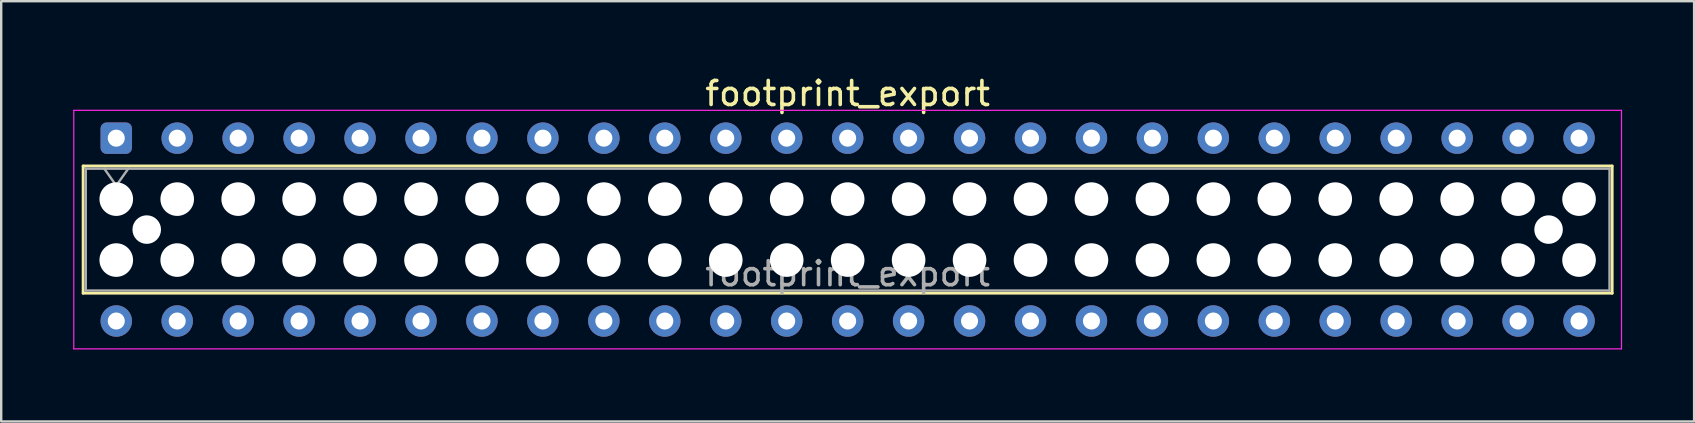
<source format=kicad_pcb>
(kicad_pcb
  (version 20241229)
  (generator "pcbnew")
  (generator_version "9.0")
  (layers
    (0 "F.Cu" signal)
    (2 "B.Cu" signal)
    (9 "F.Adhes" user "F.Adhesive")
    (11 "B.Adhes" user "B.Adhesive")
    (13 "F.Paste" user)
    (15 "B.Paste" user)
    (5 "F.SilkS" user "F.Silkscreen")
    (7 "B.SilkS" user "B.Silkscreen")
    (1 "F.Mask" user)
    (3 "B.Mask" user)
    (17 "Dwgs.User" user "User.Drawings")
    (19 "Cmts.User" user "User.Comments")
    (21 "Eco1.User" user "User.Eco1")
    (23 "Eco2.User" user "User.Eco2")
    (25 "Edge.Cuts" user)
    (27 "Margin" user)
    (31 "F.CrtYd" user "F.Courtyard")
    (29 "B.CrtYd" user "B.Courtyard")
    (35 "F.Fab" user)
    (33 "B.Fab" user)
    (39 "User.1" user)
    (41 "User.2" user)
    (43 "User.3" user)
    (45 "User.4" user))
  (footprint "footprint_export"
    (layer "F.Cu")
    (at 1.795 2.708)
    (property "Reference" "footprint_export" (at 30.48 -1.86 0) (layer "F.SilkS") (effects (font (size 1 1) (thickness 0.15))))
    (attr through_hole)
    (fp_line (start -1.38 1.16) (end 62.34 1.16) (stroke (width 0.12) (type solid)) (layer "F.SilkS"))
    (fp_line (start -1.38 6.46) (end -1.38 1.16) (stroke (width 0.12) (type solid)) (layer "F.SilkS"))
    (fp_line (start 62.34 1.16) (end 62.34 6.46) (stroke (width 0.12) (type solid)) (layer "F.SilkS"))
    (fp_line (start 62.34 6.46) (end -1.38 6.46) (stroke (width 0.12) (type solid)) (layer "F.SilkS"))
    (fp_line (start -1.77 -1.16) (end 62.73 -1.16) (stroke (width 0.05) (type solid)) (layer "F.CrtYd"))
    (fp_line (start -1.77 8.78) (end -1.77 -1.16) (stroke (width 0.05) (type solid)) (layer "F.CrtYd"))
    (fp_line (start 62.73 -1.16) (end 62.73 8.78) (stroke (width 0.05) (type solid)) (layer "F.CrtYd"))
    (fp_line (start 62.73 8.78) (end -1.77 8.78) (stroke (width 0.05) (type solid)) (layer "F.CrtYd"))
    (fp_line (start -1.27 1.27) (end 62.23 1.27) (stroke (width 0.1) (type solid)) (layer "F.Fab"))
    (fp_line (start -1.27 6.35) (end -1.27 1.27) (stroke (width 0.1) (type solid)) (layer "F.Fab"))
    (fp_line (start -0.5 1.27) (end 0 1.977) (stroke (width 0.1) (type solid)) (layer "F.Fab"))
    (fp_line (start 0 1.977) (end 0.5 1.27) (stroke (width 0.1) (type solid)) (layer "F.Fab"))
    (fp_line (start 62.23 1.27) (end 62.23 6.35) (stroke (width 0.1) (type solid)) (layer "F.Fab"))
    (fp_line (start 62.23 6.35) (end -1.27 6.35) (stroke (width 0.1) (type solid)) (layer "F.Fab"))
    (fp_text user "${REFERENCE}" (at 30.48 5.65 0) (layer "F.Fab") (effects (font (size 1 1) (thickness 0.15))))
    (pad "" np_thru_hole circle (at 0 2.54) (size 1.4 1.4) (drill 1.4) (layers "*.Cu" "*.Mask"))
    (pad "" np_thru_hole circle (at 0 5.08) (size 1.4 1.4) (drill 1.4) (layers "*.Cu" "*.Mask"))
    (pad "" np_thru_hole circle (at 1.27 3.81) (size 1.19 1.19) (drill 1.19) (layers "*.Cu" "*.Mask"))
    (pad "" np_thru_hole circle (at 2.54 2.54) (size 1.4 1.4) (drill 1.4) (layers "*.Cu" "*.Mask"))
    (pad "" np_thru_hole circle (at 2.54 5.08) (size 1.4 1.4) (drill 1.4) (layers "*.Cu" "*.Mask"))
    (pad "" np_thru_hole circle (at 5.08 2.54) (size 1.4 1.4) (drill 1.4) (layers "*.Cu" "*.Mask"))
    (pad "" np_thru_hole circle (at 5.08 5.08) (size 1.4 1.4) (drill 1.4) (layers "*.Cu" "*.Mask"))
    (pad "" np_thru_hole circle (at 7.62 2.54) (size 1.4 1.4) (drill 1.4) (layers "*.Cu" "*.Mask"))
    (pad "" np_thru_hole circle (at 7.62 5.08) (size 1.4 1.4) (drill 1.4) (layers "*.Cu" "*.Mask"))
    (pad "" np_thru_hole circle (at 10.16 2.54) (size 1.4 1.4) (drill 1.4) (layers "*.Cu" "*.Mask"))
    (pad "" np_thru_hole circle (at 10.16 5.08) (size 1.4 1.4) (drill 1.4) (layers "*.Cu" "*.Mask"))
    (pad "" np_thru_hole circle (at 12.7 2.54) (size 1.4 1.4) (drill 1.4) (layers "*.Cu" "*.Mask"))
    (pad "" np_thru_hole circle (at 12.7 5.08) (size 1.4 1.4) (drill 1.4) (layers "*.Cu" "*.Mask"))
    (pad "" np_thru_hole circle (at 15.24 2.54) (size 1.4 1.4) (drill 1.4) (layers "*.Cu" "*.Mask"))
    (pad "" np_thru_hole circle (at 15.24 5.08) (size 1.4 1.4) (drill 1.4) (layers "*.Cu" "*.Mask"))
    (pad "" np_thru_hole circle (at 17.78 2.54) (size 1.4 1.4) (drill 1.4) (layers "*.Cu" "*.Mask"))
    (pad "" np_thru_hole circle (at 17.78 5.08) (size 1.4 1.4) (drill 1.4) (layers "*.Cu" "*.Mask"))
    (pad "" np_thru_hole circle (at 20.32 2.54) (size 1.4 1.4) (drill 1.4) (layers "*.Cu" "*.Mask"))
    (pad "" np_thru_hole circle (at 20.32 5.08) (size 1.4 1.4) (drill 1.4) (layers "*.Cu" "*.Mask"))
    (pad "" np_thru_hole circle (at 22.86 2.54) (size 1.4 1.4) (drill 1.4) (layers "*.Cu" "*.Mask"))
    (pad "" np_thru_hole circle (at 22.86 5.08) (size 1.4 1.4) (drill 1.4) (layers "*.Cu" "*.Mask"))
    (pad "" np_thru_hole circle (at 25.4 2.54) (size 1.4 1.4) (drill 1.4) (layers "*.Cu" "*.Mask"))
    (pad "" np_thru_hole circle (at 25.4 5.08) (size 1.4 1.4) (drill 1.4) (layers "*.Cu" "*.Mask"))
    (pad "" np_thru_hole circle (at 27.94 2.54) (size 1.4 1.4) (drill 1.4) (layers "*.Cu" "*.Mask"))
    (pad "" np_thru_hole circle (at 27.94 5.08) (size 1.4 1.4) (drill 1.4) (layers "*.Cu" "*.Mask"))
    (pad "" np_thru_hole circle (at 30.48 2.54) (size 1.4 1.4) (drill 1.4) (layers "*.Cu" "*.Mask"))
    (pad "" np_thru_hole circle (at 30.48 5.08) (size 1.4 1.4) (drill 1.4) (layers "*.Cu" "*.Mask"))
    (pad "" np_thru_hole circle (at 33.02 2.54) (size 1.4 1.4) (drill 1.4) (layers "*.Cu" "*.Mask"))
    (pad "" np_thru_hole circle (at 33.02 5.08) (size 1.4 1.4) (drill 1.4) (layers "*.Cu" "*.Mask"))
    (pad "" np_thru_hole circle (at 35.56 2.54) (size 1.4 1.4) (drill 1.4) (layers "*.Cu" "*.Mask"))
    (pad "" np_thru_hole circle (at 35.56 5.08) (size 1.4 1.4) (drill 1.4) (layers "*.Cu" "*.Mask"))
    (pad "" np_thru_hole circle (at 38.1 2.54) (size 1.4 1.4) (drill 1.4) (layers "*.Cu" "*.Mask"))
    (pad "" np_thru_hole circle (at 38.1 5.08) (size 1.4 1.4) (drill 1.4) (layers "*.Cu" "*.Mask"))
    (pad "" np_thru_hole circle (at 40.64 2.54) (size 1.4 1.4) (drill 1.4) (layers "*.Cu" "*.Mask"))
    (pad "" np_thru_hole circle (at 40.64 5.08) (size 1.4 1.4) (drill 1.4) (layers "*.Cu" "*.Mask"))
    (pad "" np_thru_hole circle (at 43.18 2.54) (size 1.4 1.4) (drill 1.4) (layers "*.Cu" "*.Mask"))
    (pad "" np_thru_hole circle (at 43.18 5.08) (size 1.4 1.4) (drill 1.4) (layers "*.Cu" "*.Mask"))
    (pad "" np_thru_hole circle (at 45.72 2.54) (size 1.4 1.4) (drill 1.4) (layers "*.Cu" "*.Mask"))
    (pad "" np_thru_hole circle (at 45.72 5.08) (size 1.4 1.4) (drill 1.4) (layers "*.Cu" "*.Mask"))
    (pad "" np_thru_hole circle (at 48.26 2.54) (size 1.4 1.4) (drill 1.4) (layers "*.Cu" "*.Mask"))
    (pad "" np_thru_hole circle (at 48.26 5.08) (size 1.4 1.4) (drill 1.4) (layers "*.Cu" "*.Mask"))
    (pad "" np_thru_hole circle (at 50.8 2.54) (size 1.4 1.4) (drill 1.4) (layers "*.Cu" "*.Mask"))
    (pad "" np_thru_hole circle (at 50.8 5.08) (size 1.4 1.4) (drill 1.4) (layers "*.Cu" "*.Mask"))
    (pad "" np_thru_hole circle (at 53.34 2.54) (size 1.4 1.4) (drill 1.4) (layers "*.Cu" "*.Mask"))
    (pad "" np_thru_hole circle (at 53.34 5.08) (size 1.4 1.4) (drill 1.4) (layers "*.Cu" "*.Mask"))
    (pad "" np_thru_hole circle (at 55.88 2.54) (size 1.4 1.4) (drill 1.4) (layers "*.Cu" "*.Mask"))
    (pad "" np_thru_hole circle (at 55.88 5.08) (size 1.4 1.4) (drill 1.4) (layers "*.Cu" "*.Mask"))
    (pad "" np_thru_hole circle (at 58.42 2.54) (size 1.4 1.4) (drill 1.4) (layers "*.Cu" "*.Mask"))
    (pad "" np_thru_hole circle (at 58.42 5.08) (size 1.4 1.4) (drill 1.4) (layers "*.Cu" "*.Mask"))
    (pad "" np_thru_hole circle (at 59.69 3.81) (size 1.19 1.19) (drill 1.19) (layers "*.Cu" "*.Mask"))
    (pad "" np_thru_hole circle (at 60.96 2.54) (size 1.4 1.4) (drill 1.4) (layers "*.Cu" "*.Mask"))
    (pad "" np_thru_hole circle (at 60.96 5.08) (size 1.4 1.4) (drill 1.4) (layers "*.Cu" "*.Mask"))
    (pad "1" thru_hole roundrect (at 0 0) (size 1.31 1.31) (drill 0.71) (layers "*.Cu" "*.Mask") (roundrect_rratio 0.191))
    (pad "2" thru_hole circle (at 0 7.62) (size 1.31 1.31) (drill 0.71) (layers "*.Cu" "*.Mask"))
    (pad "3" thru_hole circle (at 2.54 0) (size 1.31 1.31) (drill 0.71) (layers "*.Cu" "*.Mask"))
    (pad "4" thru_hole circle (at 2.54 7.62) (size 1.31 1.31) (drill 0.71) (layers "*.Cu" "*.Mask"))
    (pad "5" thru_hole circle (at 5.08 0) (size 1.31 1.31) (drill 0.71) (layers "*.Cu" "*.Mask"))
    (pad "6" thru_hole circle (at 5.08 7.62) (size 1.31 1.31) (drill 0.71) (layers "*.Cu" "*.Mask"))
    (pad "7" thru_hole circle (at 7.62 0) (size 1.31 1.31) (drill 0.71) (layers "*.Cu" "*.Mask"))
    (pad "8" thru_hole circle (at 7.62 7.62) (size 1.31 1.31) (drill 0.71) (layers "*.Cu" "*.Mask"))
    (pad "9" thru_hole circle (at 10.16 0) (size 1.31 1.31) (drill 0.71) (layers "*.Cu" "*.Mask"))
    (pad "10" thru_hole circle (at 10.16 7.62) (size 1.31 1.31) (drill 0.71) (layers "*.Cu" "*.Mask"))
    (pad "11" thru_hole circle (at 12.7 0) (size 1.31 1.31) (drill 0.71) (layers "*.Cu" "*.Mask"))
    (pad "12" thru_hole circle (at 12.7 7.62) (size 1.31 1.31) (drill 0.71) (layers "*.Cu" "*.Mask"))
    (pad "13" thru_hole circle (at 15.24 0) (size 1.31 1.31) (drill 0.71) (layers "*.Cu" "*.Mask"))
    (pad "14" thru_hole circle (at 15.24 7.62) (size 1.31 1.31) (drill 0.71) (layers "*.Cu" "*.Mask"))
    (pad "15" thru_hole circle (at 17.78 0) (size 1.31 1.31) (drill 0.71) (layers "*.Cu" "*.Mask"))
    (pad "16" thru_hole circle (at 17.78 7.62) (size 1.31 1.31) (drill 0.71) (layers "*.Cu" "*.Mask"))
    (pad "17" thru_hole circle (at 20.32 0) (size 1.31 1.31) (drill 0.71) (layers "*.Cu" "*.Mask"))
    (pad "18" thru_hole circle (at 20.32 7.62) (size 1.31 1.31) (drill 0.71) (layers "*.Cu" "*.Mask"))
    (pad "19" thru_hole circle (at 22.86 0) (size 1.31 1.31) (drill 0.71) (layers "*.Cu" "*.Mask"))
    (pad "20" thru_hole circle (at 22.86 7.62) (size 1.31 1.31) (drill 0.71) (layers "*.Cu" "*.Mask"))
    (pad "21" thru_hole circle (at 25.4 0) (size 1.31 1.31) (drill 0.71) (layers "*.Cu" "*.Mask"))
    (pad "22" thru_hole circle (at 25.4 7.62) (size 1.31 1.31) (drill 0.71) (layers "*.Cu" "*.Mask"))
    (pad "23" thru_hole circle (at 27.94 0) (size 1.31 1.31) (drill 0.71) (layers "*.Cu" "*.Mask"))
    (pad "24" thru_hole circle (at 27.94 7.62) (size 1.31 1.31) (drill 0.71) (layers "*.Cu" "*.Mask"))
    (pad "25" thru_hole circle (at 30.48 0) (size 1.31 1.31) (drill 0.71) (layers "*.Cu" "*.Mask"))
    (pad "26" thru_hole circle (at 30.48 7.62) (size 1.31 1.31) (drill 0.71) (layers "*.Cu" "*.Mask"))
    (pad "27" thru_hole circle (at 33.02 0) (size 1.31 1.31) (drill 0.71) (layers "*.Cu" "*.Mask"))
    (pad "28" thru_hole circle (at 33.02 7.62) (size 1.31 1.31) (drill 0.71) (layers "*.Cu" "*.Mask"))
    (pad "29" thru_hole circle (at 35.56 0) (size 1.31 1.31) (drill 0.71) (layers "*.Cu" "*.Mask"))
    (pad "30" thru_hole circle (at 35.56 7.62) (size 1.31 1.31) (drill 0.71) (layers "*.Cu" "*.Mask"))
    (pad "31" thru_hole circle (at 38.1 0) (size 1.31 1.31) (drill 0.71) (layers "*.Cu" "*.Mask"))
    (pad "32" thru_hole circle (at 38.1 7.62) (size 1.31 1.31) (drill 0.71) (layers "*.Cu" "*.Mask"))
    (pad "33" thru_hole circle (at 40.64 0) (size 1.31 1.31) (drill 0.71) (layers "*.Cu" "*.Mask"))
    (pad "34" thru_hole circle (at 40.64 7.62) (size 1.31 1.31) (drill 0.71) (layers "*.Cu" "*.Mask"))
    (pad "35" thru_hole circle (at 43.18 0) (size 1.31 1.31) (drill 0.71) (layers "*.Cu" "*.Mask"))
    (pad "36" thru_hole circle (at 43.18 7.62) (size 1.31 1.31) (drill 0.71) (layers "*.Cu" "*.Mask"))
    (pad "37" thru_hole circle (at 45.72 0) (size 1.31 1.31) (drill 0.71) (layers "*.Cu" "*.Mask"))
    (pad "38" thru_hole circle (at 45.72 7.62) (size 1.31 1.31) (drill 0.71) (layers "*.Cu" "*.Mask"))
    (pad "39" thru_hole circle (at 48.26 0) (size 1.31 1.31) (drill 0.71) (layers "*.Cu" "*.Mask"))
    (pad "40" thru_hole circle (at 48.26 7.62) (size 1.31 1.31) (drill 0.71) (layers "*.Cu" "*.Mask"))
    (pad "41" thru_hole circle (at 50.8 0) (size 1.31 1.31) (drill 0.71) (layers "*.Cu" "*.Mask"))
    (pad "42" thru_hole circle (at 50.8 7.62) (size 1.31 1.31) (drill 0.71) (layers "*.Cu" "*.Mask"))
    (pad "43" thru_hole circle (at 53.34 0) (size 1.31 1.31) (drill 0.71) (layers "*.Cu" "*.Mask"))
    (pad "44" thru_hole circle (at 53.34 7.62) (size 1.31 1.31) (drill 0.71) (layers "*.Cu" "*.Mask"))
    (pad "45" thru_hole circle (at 55.88 0) (size 1.31 1.31) (drill 0.71) (layers "*.Cu" "*.Mask"))
    (pad "46" thru_hole circle (at 55.88 7.62) (size 1.31 1.31) (drill 0.71) (layers "*.Cu" "*.Mask"))
    (pad "47" thru_hole circle (at 58.42 0) (size 1.31 1.31) (drill 0.71) (layers "*.Cu" "*.Mask"))
    (pad "48" thru_hole circle (at 58.42 7.62) (size 1.31 1.31) (drill 0.71) (layers "*.Cu" "*.Mask"))
    (pad "49" thru_hole circle (at 60.96 0) (size 1.31 1.31) (drill 0.71) (layers "*.Cu" "*.Mask"))
    (pad "50" thru_hole circle (at 60.96 7.62) (size 1.31 1.31) (drill 0.71) (layers "*.Cu" "*.Mask")))
  (gr_rect
    (start -3 -3)
    (end 67.55 14.513)
    (stroke (width 0.1) (type default))
    (fill no)
    (layer "Edge.Cuts")))
</source>
